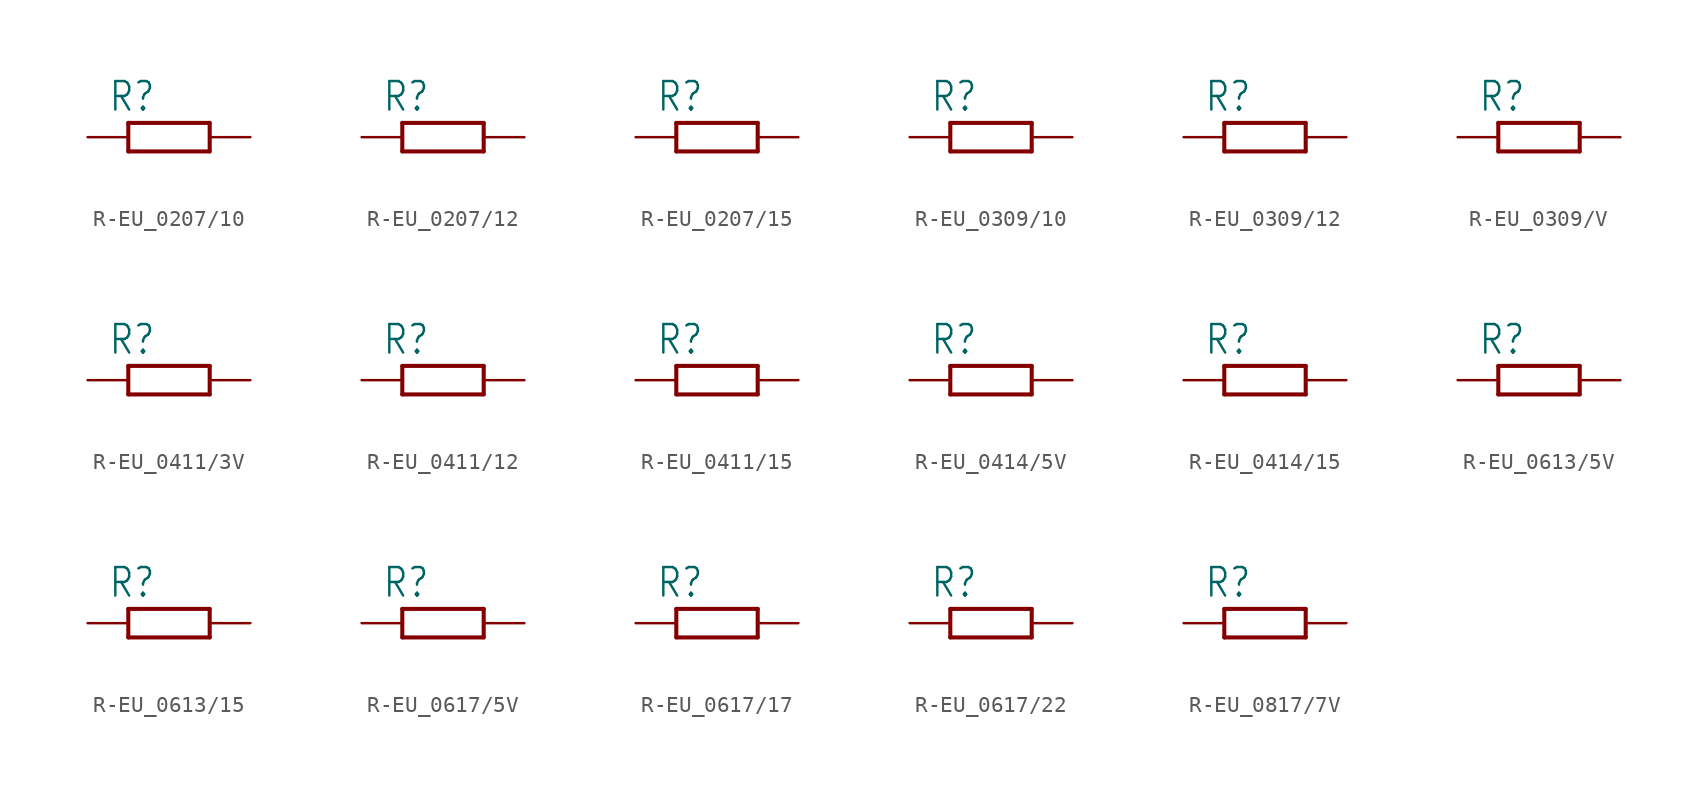
<source format=kicad_sym>
(kicad_symbol_lib
  (version 20241209)
  (generator "kicad_symbol_editor")
  (generator_version "9.0")
  (symbol "R-EU_0207/10"
    (property "Reference" "R"
      (at -3.81 1.499 0)
      (effects (font (size 1.778 1.511)) (justify left bottom)))
    (property "Value" ""
      (at -3.81 -3.302 0)
      (effects (font (size 1.778 1.511)) (justify left bottom)))
    (property "ki_locked" ""
      (at 0 0 0)
      (effects (font (size 1.27 1.27))))
    (symbol "R-EU_0207/10_1_0"
      (polyline (pts (xy -2.54 -0.889) (xy -2.54 0.889)) (stroke (width 0.254) (type solid)) (fill (type none)))
      (polyline (pts (xy -2.54 -0.889) (xy 2.54 -0.889)) (stroke (width 0.254) (type solid)) (fill (type none)))
      (polyline (pts (xy 2.54 0.889) (xy -2.54 0.889)) (stroke (width 0.254) (type solid)) (fill (type none)))
      (polyline (pts (xy 2.54 -0.889) (xy 2.54 0.889)) (stroke (width 0.254) (type solid)) (fill (type none)))
      (pin passive line (at -5.08 0 0) (length 2.54) (name "1" (effects (font (size 0 0)))) (number "1" (effects (font (size 0 0)))))
      (pin passive line (at 5.08 0 180) (length 2.54) (name "2" (effects (font (size 0 0)))) (number "2" (effects (font (size 0 0)))))))
  (symbol "R-EU_0207/12"
    (property "Reference" "R"
      (at -3.81 1.499 0)
      (effects (font (size 1.778 1.511)) (justify left bottom)))
    (property "Value" ""
      (at -3.81 -3.302 0)
      (effects (font (size 1.778 1.511)) (justify left bottom)))
    (property "ki_locked" ""
      (at 0 0 0)
      (effects (font (size 1.27 1.27))))
    (symbol "R-EU_0207/12_1_0"
      (polyline (pts (xy -2.54 -0.889) (xy -2.54 0.889)) (stroke (width 0.254) (type solid)) (fill (type none)))
      (polyline (pts (xy -2.54 -0.889) (xy 2.54 -0.889)) (stroke (width 0.254) (type solid)) (fill (type none)))
      (polyline (pts (xy 2.54 0.889) (xy -2.54 0.889)) (stroke (width 0.254) (type solid)) (fill (type none)))
      (polyline (pts (xy 2.54 -0.889) (xy 2.54 0.889)) (stroke (width 0.254) (type solid)) (fill (type none)))
      (pin passive line (at -5.08 0 0) (length 2.54) (name "1" (effects (font (size 0 0)))) (number "1" (effects (font (size 0 0)))))
      (pin passive line (at 5.08 0 180) (length 2.54) (name "2" (effects (font (size 0 0)))) (number "2" (effects (font (size 0 0)))))))
  (symbol "R-EU_0207/15"
    (property "Reference" "R"
      (at -3.81 1.499 0)
      (effects (font (size 1.778 1.511)) (justify left bottom)))
    (property "Value" ""
      (at -3.81 -3.302 0)
      (effects (font (size 1.778 1.511)) (justify left bottom)))
    (property "ki_locked" ""
      (at 0 0 0)
      (effects (font (size 1.27 1.27))))
    (symbol "R-EU_0207/15_1_0"
      (polyline (pts (xy -2.54 -0.889) (xy -2.54 0.889)) (stroke (width 0.254) (type solid)) (fill (type none)))
      (polyline (pts (xy -2.54 -0.889) (xy 2.54 -0.889)) (stroke (width 0.254) (type solid)) (fill (type none)))
      (polyline (pts (xy 2.54 0.889) (xy -2.54 0.889)) (stroke (width 0.254) (type solid)) (fill (type none)))
      (polyline (pts (xy 2.54 -0.889) (xy 2.54 0.889)) (stroke (width 0.254) (type solid)) (fill (type none)))
      (pin passive line (at -5.08 0 0) (length 2.54) (name "1" (effects (font (size 0 0)))) (number "1" (effects (font (size 0 0)))))
      (pin passive line (at 5.08 0 180) (length 2.54) (name "2" (effects (font (size 0 0)))) (number "2" (effects (font (size 0 0)))))))
  (symbol "R-EU_0309/10"
    (property "Reference" "R"
      (at -3.81 1.499 0)
      (effects (font (size 1.778 1.511)) (justify left bottom)))
    (property "Value" ""
      (at -3.81 -3.302 0)
      (effects (font (size 1.778 1.511)) (justify left bottom)))
    (property "ki_locked" ""
      (at 0 0 0)
      (effects (font (size 1.27 1.27))))
    (symbol "R-EU_0309/10_1_0"
      (polyline (pts (xy -2.54 -0.889) (xy -2.54 0.889)) (stroke (width 0.254) (type solid)) (fill (type none)))
      (polyline (pts (xy -2.54 -0.889) (xy 2.54 -0.889)) (stroke (width 0.254) (type solid)) (fill (type none)))
      (polyline (pts (xy 2.54 0.889) (xy -2.54 0.889)) (stroke (width 0.254) (type solid)) (fill (type none)))
      (polyline (pts (xy 2.54 -0.889) (xy 2.54 0.889)) (stroke (width 0.254) (type solid)) (fill (type none)))
      (pin passive line (at -5.08 0 0) (length 2.54) (name "1" (effects (font (size 0 0)))) (number "1" (effects (font (size 0 0)))))
      (pin passive line (at 5.08 0 180) (length 2.54) (name "2" (effects (font (size 0 0)))) (number "2" (effects (font (size 0 0)))))))
  (symbol "R-EU_0309/12"
    (property "Reference" "R"
      (at -3.81 1.499 0)
      (effects (font (size 1.778 1.511)) (justify left bottom)))
    (property "Value" ""
      (at -3.81 -3.302 0)
      (effects (font (size 1.778 1.511)) (justify left bottom)))
    (property "ki_locked" ""
      (at 0 0 0)
      (effects (font (size 1.27 1.27))))
    (symbol "R-EU_0309/12_1_0"
      (polyline (pts (xy -2.54 -0.889) (xy -2.54 0.889)) (stroke (width 0.254) (type solid)) (fill (type none)))
      (polyline (pts (xy -2.54 -0.889) (xy 2.54 -0.889)) (stroke (width 0.254) (type solid)) (fill (type none)))
      (polyline (pts (xy 2.54 0.889) (xy -2.54 0.889)) (stroke (width 0.254) (type solid)) (fill (type none)))
      (polyline (pts (xy 2.54 -0.889) (xy 2.54 0.889)) (stroke (width 0.254) (type solid)) (fill (type none)))
      (pin passive line (at -5.08 0 0) (length 2.54) (name "1" (effects (font (size 0 0)))) (number "1" (effects (font (size 0 0)))))
      (pin passive line (at 5.08 0 180) (length 2.54) (name "2" (effects (font (size 0 0)))) (number "2" (effects (font (size 0 0)))))))
  (symbol "R-EU_0309/V"
    (property "Reference" "R"
      (at -3.81 1.499 0)
      (effects (font (size 1.778 1.511)) (justify left bottom)))
    (property "Value" ""
      (at -3.81 -3.302 0)
      (effects (font (size 1.778 1.511)) (justify left bottom)))
    (property "ki_locked" ""
      (at 0 0 0)
      (effects (font (size 1.27 1.27))))
    (symbol "R-EU_0309/V_1_0"
      (polyline (pts (xy -2.54 -0.889) (xy -2.54 0.889)) (stroke (width 0.254) (type solid)) (fill (type none)))
      (polyline (pts (xy -2.54 -0.889) (xy 2.54 -0.889)) (stroke (width 0.254) (type solid)) (fill (type none)))
      (polyline (pts (xy 2.54 0.889) (xy -2.54 0.889)) (stroke (width 0.254) (type solid)) (fill (type none)))
      (polyline (pts (xy 2.54 -0.889) (xy 2.54 0.889)) (stroke (width 0.254) (type solid)) (fill (type none)))
      (pin passive line (at -5.08 0 0) (length 2.54) (name "1" (effects (font (size 0 0)))) (number "1" (effects (font (size 0 0)))))
      (pin passive line (at 5.08 0 180) (length 2.54) (name "2" (effects (font (size 0 0)))) (number "2" (effects (font (size 0 0)))))))
  (symbol "R-EU_0411/3V"
    (property "Reference" "R"
      (at -3.81 1.499 0)
      (effects (font (size 1.778 1.511)) (justify left bottom)))
    (property "Value" ""
      (at -3.81 -3.302 0)
      (effects (font (size 1.778 1.511)) (justify left bottom)))
    (property "ki_locked" ""
      (at 0 0 0)
      (effects (font (size 1.27 1.27))))
    (symbol "R-EU_0411/3V_1_0"
      (polyline (pts (xy -2.54 -0.889) (xy -2.54 0.889)) (stroke (width 0.254) (type solid)) (fill (type none)))
      (polyline (pts (xy -2.54 -0.889) (xy 2.54 -0.889)) (stroke (width 0.254) (type solid)) (fill (type none)))
      (polyline (pts (xy 2.54 0.889) (xy -2.54 0.889)) (stroke (width 0.254) (type solid)) (fill (type none)))
      (polyline (pts (xy 2.54 -0.889) (xy 2.54 0.889)) (stroke (width 0.254) (type solid)) (fill (type none)))
      (pin passive line (at -5.08 0 0) (length 2.54) (name "1" (effects (font (size 0 0)))) (number "1" (effects (font (size 0 0)))))
      (pin passive line (at 5.08 0 180) (length 2.54) (name "2" (effects (font (size 0 0)))) (number "2" (effects (font (size 0 0)))))))
  (symbol "R-EU_0411/12"
    (property "Reference" "R"
      (at -3.81 1.499 0)
      (effects (font (size 1.778 1.511)) (justify left bottom)))
    (property "Value" ""
      (at -3.81 -3.302 0)
      (effects (font (size 1.778 1.511)) (justify left bottom)))
    (property "ki_locked" ""
      (at 0 0 0)
      (effects (font (size 1.27 1.27))))
    (symbol "R-EU_0411/12_1_0"
      (polyline (pts (xy -2.54 -0.889) (xy -2.54 0.889)) (stroke (width 0.254) (type solid)) (fill (type none)))
      (polyline (pts (xy -2.54 -0.889) (xy 2.54 -0.889)) (stroke (width 0.254) (type solid)) (fill (type none)))
      (polyline (pts (xy 2.54 0.889) (xy -2.54 0.889)) (stroke (width 0.254) (type solid)) (fill (type none)))
      (polyline (pts (xy 2.54 -0.889) (xy 2.54 0.889)) (stroke (width 0.254) (type solid)) (fill (type none)))
      (pin passive line (at -5.08 0 0) (length 2.54) (name "1" (effects (font (size 0 0)))) (number "1" (effects (font (size 0 0)))))
      (pin passive line (at 5.08 0 180) (length 2.54) (name "2" (effects (font (size 0 0)))) (number "2" (effects (font (size 0 0)))))))
  (symbol "R-EU_0411/15"
    (property "Reference" "R"
      (at -3.81 1.499 0)
      (effects (font (size 1.778 1.511)) (justify left bottom)))
    (property "Value" ""
      (at -3.81 -3.302 0)
      (effects (font (size 1.778 1.511)) (justify left bottom)))
    (property "ki_locked" ""
      (at 0 0 0)
      (effects (font (size 1.27 1.27))))
    (symbol "R-EU_0411/15_1_0"
      (polyline (pts (xy -2.54 -0.889) (xy -2.54 0.889)) (stroke (width 0.254) (type solid)) (fill (type none)))
      (polyline (pts (xy -2.54 -0.889) (xy 2.54 -0.889)) (stroke (width 0.254) (type solid)) (fill (type none)))
      (polyline (pts (xy 2.54 0.889) (xy -2.54 0.889)) (stroke (width 0.254) (type solid)) (fill (type none)))
      (polyline (pts (xy 2.54 -0.889) (xy 2.54 0.889)) (stroke (width 0.254) (type solid)) (fill (type none)))
      (pin passive line (at -5.08 0 0) (length 2.54) (name "1" (effects (font (size 0 0)))) (number "1" (effects (font (size 0 0)))))
      (pin passive line (at 5.08 0 180) (length 2.54) (name "2" (effects (font (size 0 0)))) (number "2" (effects (font (size 0 0)))))))
  (symbol "R-EU_0414/5V"
    (property "Reference" "R"
      (at -3.81 1.499 0)
      (effects (font (size 1.778 1.511)) (justify left bottom)))
    (property "Value" ""
      (at -3.81 -3.302 0)
      (effects (font (size 1.778 1.511)) (justify left bottom)))
    (property "ki_locked" ""
      (at 0 0 0)
      (effects (font (size 1.27 1.27))))
    (symbol "R-EU_0414/5V_1_0"
      (polyline (pts (xy -2.54 -0.889) (xy -2.54 0.889)) (stroke (width 0.254) (type solid)) (fill (type none)))
      (polyline (pts (xy -2.54 -0.889) (xy 2.54 -0.889)) (stroke (width 0.254) (type solid)) (fill (type none)))
      (polyline (pts (xy 2.54 0.889) (xy -2.54 0.889)) (stroke (width 0.254) (type solid)) (fill (type none)))
      (polyline (pts (xy 2.54 -0.889) (xy 2.54 0.889)) (stroke (width 0.254) (type solid)) (fill (type none)))
      (pin passive line (at -5.08 0 0) (length 2.54) (name "1" (effects (font (size 0 0)))) (number "1" (effects (font (size 0 0)))))
      (pin passive line (at 5.08 0 180) (length 2.54) (name "2" (effects (font (size 0 0)))) (number "2" (effects (font (size 0 0)))))))
  (symbol "R-EU_0414/15"
    (property "Reference" "R"
      (at -3.81 1.499 0)
      (effects (font (size 1.778 1.511)) (justify left bottom)))
    (property "Value" ""
      (at -3.81 -3.302 0)
      (effects (font (size 1.778 1.511)) (justify left bottom)))
    (property "ki_locked" ""
      (at 0 0 0)
      (effects (font (size 1.27 1.27))))
    (symbol "R-EU_0414/15_1_0"
      (polyline (pts (xy -2.54 -0.889) (xy -2.54 0.889)) (stroke (width 0.254) (type solid)) (fill (type none)))
      (polyline (pts (xy -2.54 -0.889) (xy 2.54 -0.889)) (stroke (width 0.254) (type solid)) (fill (type none)))
      (polyline (pts (xy 2.54 0.889) (xy -2.54 0.889)) (stroke (width 0.254) (type solid)) (fill (type none)))
      (polyline (pts (xy 2.54 -0.889) (xy 2.54 0.889)) (stroke (width 0.254) (type solid)) (fill (type none)))
      (pin passive line (at -5.08 0 0) (length 2.54) (name "1" (effects (font (size 0 0)))) (number "1" (effects (font (size 0 0)))))
      (pin passive line (at 5.08 0 180) (length 2.54) (name "2" (effects (font (size 0 0)))) (number "2" (effects (font (size 0 0)))))))
  (symbol "R-EU_0613/5V"
    (property "Reference" "R"
      (at -3.81 1.499 0)
      (effects (font (size 1.778 1.511)) (justify left bottom)))
    (property "Value" ""
      (at -3.81 -3.302 0)
      (effects (font (size 1.778 1.511)) (justify left bottom)))
    (property "ki_locked" ""
      (at 0 0 0)
      (effects (font (size 1.27 1.27))))
    (symbol "R-EU_0613/5V_1_0"
      (polyline (pts (xy -2.54 -0.889) (xy -2.54 0.889)) (stroke (width 0.254) (type solid)) (fill (type none)))
      (polyline (pts (xy -2.54 -0.889) (xy 2.54 -0.889)) (stroke (width 0.254) (type solid)) (fill (type none)))
      (polyline (pts (xy 2.54 0.889) (xy -2.54 0.889)) (stroke (width 0.254) (type solid)) (fill (type none)))
      (polyline (pts (xy 2.54 -0.889) (xy 2.54 0.889)) (stroke (width 0.254) (type solid)) (fill (type none)))
      (pin passive line (at -5.08 0 0) (length 2.54) (name "1" (effects (font (size 0 0)))) (number "1" (effects (font (size 0 0)))))
      (pin passive line (at 5.08 0 180) (length 2.54) (name "2" (effects (font (size 0 0)))) (number "2" (effects (font (size 0 0)))))))
  (symbol "R-EU_0613/15"
    (property "Reference" "R"
      (at -3.81 1.499 0)
      (effects (font (size 1.778 1.511)) (justify left bottom)))
    (property "Value" ""
      (at -3.81 -3.302 0)
      (effects (font (size 1.778 1.511)) (justify left bottom)))
    (property "ki_locked" ""
      (at 0 0 0)
      (effects (font (size 1.27 1.27))))
    (symbol "R-EU_0613/15_1_0"
      (polyline (pts (xy -2.54 -0.889) (xy -2.54 0.889)) (stroke (width 0.254) (type solid)) (fill (type none)))
      (polyline (pts (xy -2.54 -0.889) (xy 2.54 -0.889)) (stroke (width 0.254) (type solid)) (fill (type none)))
      (polyline (pts (xy 2.54 0.889) (xy -2.54 0.889)) (stroke (width 0.254) (type solid)) (fill (type none)))
      (polyline (pts (xy 2.54 -0.889) (xy 2.54 0.889)) (stroke (width 0.254) (type solid)) (fill (type none)))
      (pin passive line (at -5.08 0 0) (length 2.54) (name "1" (effects (font (size 0 0)))) (number "1" (effects (font (size 0 0)))))
      (pin passive line (at 5.08 0 180) (length 2.54) (name "2" (effects (font (size 0 0)))) (number "2" (effects (font (size 0 0)))))))
  (symbol "R-EU_0617/5V"
    (property "Reference" "R"
      (at -3.81 1.499 0)
      (effects (font (size 1.778 1.511)) (justify left bottom)))
    (property "Value" ""
      (at -3.81 -3.302 0)
      (effects (font (size 1.778 1.511)) (justify left bottom)))
    (property "ki_locked" ""
      (at 0 0 0)
      (effects (font (size 1.27 1.27))))
    (symbol "R-EU_0617/5V_1_0"
      (polyline (pts (xy -2.54 -0.889) (xy -2.54 0.889)) (stroke (width 0.254) (type solid)) (fill (type none)))
      (polyline (pts (xy -2.54 -0.889) (xy 2.54 -0.889)) (stroke (width 0.254) (type solid)) (fill (type none)))
      (polyline (pts (xy 2.54 0.889) (xy -2.54 0.889)) (stroke (width 0.254) (type solid)) (fill (type none)))
      (polyline (pts (xy 2.54 -0.889) (xy 2.54 0.889)) (stroke (width 0.254) (type solid)) (fill (type none)))
      (pin passive line (at -5.08 0 0) (length 2.54) (name "1" (effects (font (size 0 0)))) (number "1" (effects (font (size 0 0)))))
      (pin passive line (at 5.08 0 180) (length 2.54) (name "2" (effects (font (size 0 0)))) (number "2" (effects (font (size 0 0)))))))
  (symbol "R-EU_0617/17"
    (property "Reference" "R"
      (at -3.81 1.499 0)
      (effects (font (size 1.778 1.511)) (justify left bottom)))
    (property "Value" ""
      (at -3.81 -3.302 0)
      (effects (font (size 1.778 1.511)) (justify left bottom)))
    (property "ki_locked" ""
      (at 0 0 0)
      (effects (font (size 1.27 1.27))))
    (symbol "R-EU_0617/17_1_0"
      (polyline (pts (xy -2.54 -0.889) (xy -2.54 0.889)) (stroke (width 0.254) (type solid)) (fill (type none)))
      (polyline (pts (xy -2.54 -0.889) (xy 2.54 -0.889)) (stroke (width 0.254) (type solid)) (fill (type none)))
      (polyline (pts (xy 2.54 0.889) (xy -2.54 0.889)) (stroke (width 0.254) (type solid)) (fill (type none)))
      (polyline (pts (xy 2.54 -0.889) (xy 2.54 0.889)) (stroke (width 0.254) (type solid)) (fill (type none)))
      (pin passive line (at -5.08 0 0) (length 2.54) (name "1" (effects (font (size 0 0)))) (number "1" (effects (font (size 0 0)))))
      (pin passive line (at 5.08 0 180) (length 2.54) (name "2" (effects (font (size 0 0)))) (number "2" (effects (font (size 0 0)))))))
  (symbol "R-EU_0617/22"
    (property "Reference" "R"
      (at -3.81 1.499 0)
      (effects (font (size 1.778 1.511)) (justify left bottom)))
    (property "Value" ""
      (at -3.81 -3.302 0)
      (effects (font (size 1.778 1.511)) (justify left bottom)))
    (property "ki_locked" ""
      (at 0 0 0)
      (effects (font (size 1.27 1.27))))
    (symbol "R-EU_0617/22_1_0"
      (polyline (pts (xy -2.54 -0.889) (xy -2.54 0.889)) (stroke (width 0.254) (type solid)) (fill (type none)))
      (polyline (pts (xy -2.54 -0.889) (xy 2.54 -0.889)) (stroke (width 0.254) (type solid)) (fill (type none)))
      (polyline (pts (xy 2.54 0.889) (xy -2.54 0.889)) (stroke (width 0.254) (type solid)) (fill (type none)))
      (polyline (pts (xy 2.54 -0.889) (xy 2.54 0.889)) (stroke (width 0.254) (type solid)) (fill (type none)))
      (pin passive line (at -5.08 0 0) (length 2.54) (name "1" (effects (font (size 0 0)))) (number "1" (effects (font (size 0 0)))))
      (pin passive line (at 5.08 0 180) (length 2.54) (name "2" (effects (font (size 0 0)))) (number "2" (effects (font (size 0 0)))))))
  (symbol "R-EU_0817/7V"
    (property "Reference" "R"
      (at -3.81 1.499 0)
      (effects (font (size 1.778 1.511)) (justify left bottom)))
    (property "Value" ""
      (at -3.81 -3.302 0)
      (effects (font (size 1.778 1.511)) (justify left bottom)))
    (property "ki_locked" ""
      (at 0 0 0)
      (effects (font (size 1.27 1.27))))
    (symbol "R-EU_0817/7V_1_0"
      (polyline (pts (xy -2.54 -0.889) (xy -2.54 0.889)) (stroke (width 0.254) (type solid)) (fill (type none)))
      (polyline (pts (xy -2.54 -0.889) (xy 2.54 -0.889)) (stroke (width 0.254) (type solid)) (fill (type none)))
      (polyline (pts (xy 2.54 0.889) (xy -2.54 0.889)) (stroke (width 0.254) (type solid)) (fill (type none)))
      (polyline (pts (xy 2.54 -0.889) (xy 2.54 0.889)) (stroke (width 0.254) (type solid)) (fill (type none)))
      (pin passive line (at -5.08 0 0) (length 2.54) (name "1" (effects (font (size 0 0)))) (number "1" (effects (font (size 0 0)))))
      (pin passive line (at 5.08 0 180) (length 2.54) (name "2" (effects (font (size 0 0)))) (number "2" (effects (font (size 0 0))))))))
</source>
